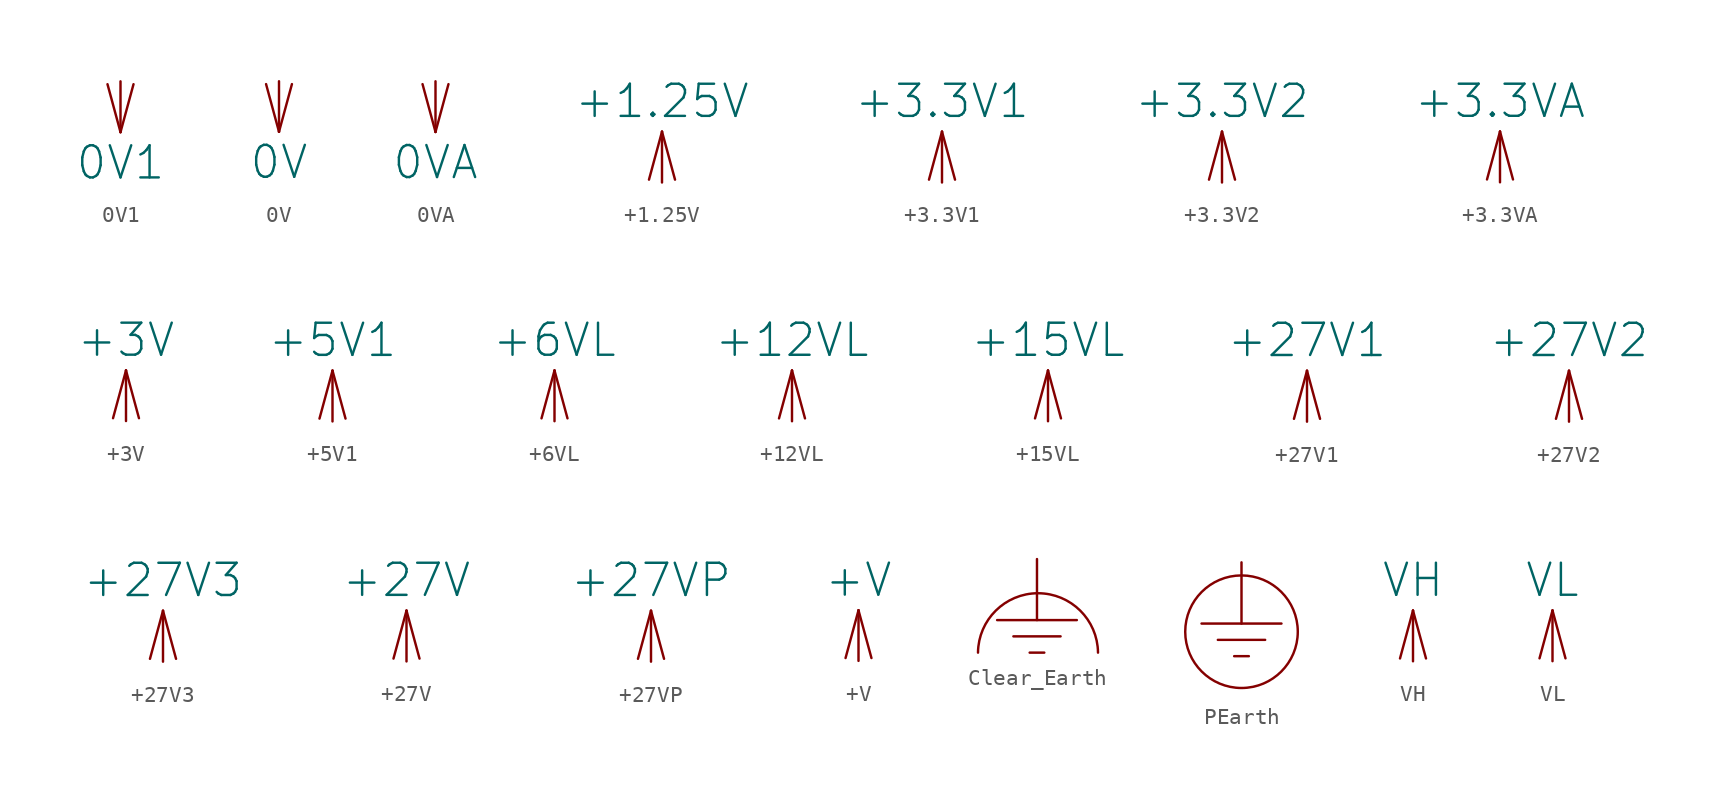
<source format=kicad_sym>
(kicad_symbol_lib
  (version 20231120)
  (generator "kicad_symbol_editor")
  (generator_version "8.0")
  (symbol "0V1"
    (power)
    (pin_numbers hide)
    (pin_names
      (offset 0) hide)
    (property "Reference" "#PWR"
      (at 0 2.54 0)
      (effects (font (size 2.007 2.007)) (hide yes)))
    (property "Value" "0V1"
      (at 0 -5.08 0)
      (effects (font (size 2.007 2.007))))
    (property "Footprint" ""
      (at 0 -3.175 90)
      (effects (font (size 2.489 2.489))))
    (symbol "0V1_0_1"
      (polyline (pts (xy -0.813 -0.178) (xy 0 -3.175)) (stroke (width 0) (type solid)) (fill (type none)))
      (polyline (pts (xy 0 -3.175) (xy 0 0)) (stroke (width 0) (type solid)) (fill (type none)))
      (polyline (pts (xy 0 -3.175) (xy 0.813 -0.178)) (stroke (width 0) (type solid)) (fill (type none))))
    (symbol "0V1_1_1"
      (pin power_in line (at 0 0 270) (length 0) hide (name "0V1" (effects (font (size 1.803 1.803)))) (number "1" (effects (font (size 1.803 1.803)))))))
  (symbol "0V"
    (power)
    (pin_numbers hide)
    (pin_names
      (offset 0) hide)
    (property "Reference" "#PWR"
      (at 0 2.54 0)
      (effects (font (size 2.007 2.007)) (hide yes)))
    (property "Value" "0V"
      (at 0 -5.08 0)
      (effects (font (size 2.007 2.007))))
    (property "Footprint" ""
      (at 0 -3.175 90)
      (effects (font (size 2.489 2.489))))
    (symbol "0V_0_1"
      (polyline (pts (xy -0.813 -0.178) (xy 0 -3.175)) (stroke (width 0) (type solid)) (fill (type none)))
      (polyline (pts (xy 0 -3.175) (xy 0 0)) (stroke (width 0) (type solid)) (fill (type none)))
      (polyline (pts (xy 0 -3.175) (xy 0.813 -0.178)) (stroke (width 0) (type solid)) (fill (type none))))
    (symbol "0V_1_1"
      (pin power_in line (at 0 0 270) (length 0) hide (name "0V" (effects (font (size 1.803 1.803)))) (number "1" (effects (font (size 1.803 1.803)))))))
  (symbol "0VA"
    (power)
    (pin_numbers hide)
    (pin_names
      (offset 0) hide)
    (property "Reference" "#PWR"
      (at 0 2.54 0)
      (effects (font (size 2.007 2.007)) (hide yes)))
    (property "Value" "0VA"
      (at 0 -5.08 0)
      (effects (font (size 2.007 2.007))))
    (property "Footprint" ""
      (at 0 -3.175 90)
      (effects (font (size 2.489 2.489))))
    (symbol "0VA_0_1"
      (polyline (pts (xy -0.813 -0.178) (xy 0 -3.175)) (stroke (width 0) (type solid)) (fill (type none)))
      (polyline (pts (xy 0 -3.175) (xy 0 0)) (stroke (width 0) (type solid)) (fill (type none)))
      (polyline (pts (xy 0 -3.175) (xy 0.813 -0.178)) (stroke (width 0) (type solid)) (fill (type none))))
    (symbol "0VA_1_1"
      (pin power_in line (at 0 0 270) (length 0) hide (name "0VA" (effects (font (size 1.803 1.803)))) (number "1" (effects (font (size 1.803 1.803)))))))
  (symbol "+1.25V"
    (power)
    (pin_numbers hide)
    (pin_names
      (offset 0) hide)
    (property "Reference" "#PWR"
      (at 0 -2.54 0)
      (effects (font (size 2.007 2.007)) (hide yes)))
    (property "Value" "+1.25V"
      (at 0 5.08 0)
      (effects (font (size 2.007 2.007))))
    (property "Footprint" ""
      (at 0 3.175 90)
      (effects (font (size 2.489 2.489))))
    (symbol "+1.25V_0_1"
      (polyline (pts (xy 0 3.175) (xy -0.813 0.178)) (stroke (width 0) (type solid)) (fill (type none)))
      (polyline (pts (xy 0 3.175) (xy 0 0)) (stroke (width 0) (type solid)) (fill (type none)))
      (polyline (pts (xy 0.813 0.178) (xy 0 3.175)) (stroke (width 0) (type solid)) (fill (type none))))
    (symbol "+1.25V_1_1"
      (pin power_in line (at 0 0 90) (length 0) hide (name "+1.25V" (effects (font (size 1.803 1.803)))) (number "1" (effects (font (size 1.803 1.803)))))))
  (symbol "+3.3V1"
    (power)
    (pin_numbers hide)
    (pin_names
      (offset 0) hide)
    (property "Reference" "#PWR"
      (at 0 -2.54 0)
      (effects (font (size 2.007 2.007)) (hide yes)))
    (property "Value" "+3.3V1"
      (at 0 5.08 0)
      (effects (font (size 2.007 2.007))))
    (property "Footprint" ""
      (at 0 3.175 90)
      (effects (font (size 2.489 2.489))))
    (symbol "+3.3V1_0_1"
      (polyline (pts (xy 0 3.175) (xy -0.813 0.178)) (stroke (width 0) (type solid)) (fill (type none)))
      (polyline (pts (xy 0 3.175) (xy 0 0)) (stroke (width 0) (type solid)) (fill (type none)))
      (polyline (pts (xy 0.813 0.178) (xy 0 3.175)) (stroke (width 0) (type solid)) (fill (type none))))
    (symbol "+3.3V1_1_1"
      (pin power_in line (at 0 0 90) (length 0) hide (name "+3.3V1" (effects (font (size 1.803 1.803)))) (number "1" (effects (font (size 1.803 1.803)))))))
  (symbol "+3.3V2"
    (power)
    (pin_numbers hide)
    (pin_names
      (offset 0) hide)
    (property "Reference" "#PWR"
      (at 0 -2.54 0)
      (effects (font (size 2.007 2.007)) (hide yes)))
    (property "Value" "+3.3V2"
      (at 0 5.08 0)
      (effects (font (size 2.007 2.007))))
    (property "Footprint" ""
      (at 0 3.175 90)
      (effects (font (size 2.489 2.489))))
    (symbol "+3.3V2_0_1"
      (polyline (pts (xy 0 3.175) (xy -0.813 0.178)) (stroke (width 0) (type solid)) (fill (type none)))
      (polyline (pts (xy 0 3.175) (xy 0 0)) (stroke (width 0) (type solid)) (fill (type none)))
      (polyline (pts (xy 0.813 0.178) (xy 0 3.175)) (stroke (width 0) (type solid)) (fill (type none))))
    (symbol "+3.3V2_1_1"
      (pin power_in line (at 0 0 90) (length 0) hide (name "+3.3V2" (effects (font (size 1.803 1.803)))) (number "1" (effects (font (size 1.803 1.803)))))))
  (symbol "+3.3VA"
    (power)
    (pin_numbers hide)
    (pin_names
      (offset 0) hide)
    (property "Reference" "#PWR"
      (at 0 -2.54 0)
      (effects (font (size 2.007 2.007)) (hide yes)))
    (property "Value" "+3.3VA"
      (at 0 5.08 0)
      (effects (font (size 2.007 2.007))))
    (property "Footprint" ""
      (at 0 3.175 90)
      (effects (font (size 2.489 2.489))))
    (symbol "+3.3VA_0_1"
      (polyline (pts (xy 0 3.175) (xy -0.813 0.178)) (stroke (width 0) (type solid)) (fill (type none)))
      (polyline (pts (xy 0 3.175) (xy 0 0)) (stroke (width 0) (type solid)) (fill (type none)))
      (polyline (pts (xy 0.813 0.178) (xy 0 3.175)) (stroke (width 0) (type solid)) (fill (type none))))
    (symbol "+3.3VA_1_1"
      (pin power_in line (at 0 0 90) (length 0) hide (name "+3.3VA" (effects (font (size 1.803 1.803)))) (number "1" (effects (font (size 1.803 1.803)))))))
  (symbol "+3V"
    (power)
    (pin_numbers hide)
    (pin_names
      (offset 0) hide)
    (property "Reference" "#PWR"
      (at 0 -2.54 0)
      (effects (font (size 2.007 2.007)) (hide yes)))
    (property "Value" "+3V"
      (at 0 5.08 0)
      (effects (font (size 2.007 2.007))))
    (property "Footprint" ""
      (at 0 3.175 90)
      (effects (font (size 2.489 2.489))))
    (symbol "+3V_0_1"
      (polyline (pts (xy 0 3.175) (xy -0.813 0.178)) (stroke (width 0) (type solid)) (fill (type none)))
      (polyline (pts (xy 0 3.175) (xy 0 0)) (stroke (width 0) (type solid)) (fill (type none)))
      (polyline (pts (xy 0.813 0.178) (xy 0 3.175)) (stroke (width 0) (type solid)) (fill (type none))))
    (symbol "+3V_1_1"
      (pin power_in line (at 0 0 90) (length 0) hide (name "+3V" (effects (font (size 1.803 1.803)))) (number "1" (effects (font (size 1.803 1.803)))))))
  (symbol "+5V1"
    (power)
    (pin_numbers hide)
    (pin_names
      (offset 0) hide)
    (property "Reference" "#PWR"
      (at 0 -2.54 0)
      (effects (font (size 2.007 2.007)) (hide yes)))
    (property "Value" "+5V1"
      (at 0 5.08 0)
      (effects (font (size 2.007 2.007))))
    (property "Footprint" ""
      (at 0 3.175 90)
      (effects (font (size 2.489 2.489))))
    (symbol "+5V1_0_1"
      (polyline (pts (xy 0 3.175) (xy -0.813 0.178)) (stroke (width 0) (type solid)) (fill (type none)))
      (polyline (pts (xy 0 3.175) (xy 0 0)) (stroke (width 0) (type solid)) (fill (type none)))
      (polyline (pts (xy 0.813 0.178) (xy 0 3.175)) (stroke (width 0) (type solid)) (fill (type none))))
    (symbol "+5V1_1_1"
      (pin power_in line (at 0 0 90) (length 0) hide (name "+5V1" (effects (font (size 1.803 1.803)))) (number "1" (effects (font (size 1.803 1.803)))))))
  (symbol "+6VL"
    (power)
    (pin_numbers hide)
    (pin_names
      (offset 0) hide)
    (property "Reference" "#PWR"
      (at 0 -2.54 0)
      (effects (font (size 2.007 2.007)) (hide yes)))
    (property "Value" "+6VL"
      (at 0 5.08 0)
      (effects (font (size 2.007 2.007))))
    (property "Footprint" ""
      (at 0 3.175 90)
      (effects (font (size 2.489 2.489))))
    (symbol "+6VL_0_1"
      (polyline (pts (xy 0 3.175) (xy -0.813 0.178)) (stroke (width 0) (type solid)) (fill (type none)))
      (polyline (pts (xy 0 3.175) (xy 0 0)) (stroke (width 0) (type solid)) (fill (type none)))
      (polyline (pts (xy 0.813 0.178) (xy 0 3.175)) (stroke (width 0) (type solid)) (fill (type none))))
    (symbol "+6VL_1_1"
      (pin power_in line (at 0 0 90) (length 0) hide (name "+6VL" (effects (font (size 1.803 1.803)))) (number "1" (effects (font (size 1.803 1.803)))))))
  (symbol "+12VL"
    (power)
    (pin_numbers hide)
    (pin_names
      (offset 0) hide)
    (property "Reference" "#PWR"
      (at 0 -2.54 0)
      (effects (font (size 2.007 2.007)) (hide yes)))
    (property "Value" "+12VL"
      (at 0 5.08 0)
      (effects (font (size 2.007 2.007))))
    (property "Footprint" ""
      (at 0 3.175 90)
      (effects (font (size 2.489 2.489))))
    (symbol "+12VL_0_1"
      (polyline (pts (xy 0 3.175) (xy -0.813 0.178)) (stroke (width 0) (type solid)) (fill (type none)))
      (polyline (pts (xy 0 3.175) (xy 0 0)) (stroke (width 0) (type solid)) (fill (type none)))
      (polyline (pts (xy 0.813 0.178) (xy 0 3.175)) (stroke (width 0) (type solid)) (fill (type none))))
    (symbol "+12VL_1_1"
      (pin power_in line (at 0 0 90) (length 0) hide (name "+12VL" (effects (font (size 1.803 1.803)))) (number "1" (effects (font (size 1.803 1.803)))))))
  (symbol "+15VL"
    (power)
    (pin_numbers hide)
    (pin_names
      (offset 0) hide)
    (property "Reference" "#PWR"
      (at 0 -2.54 0)
      (effects (font (size 2.007 2.007)) (hide yes)))
    (property "Value" "+15VL"
      (at 0 5.08 0)
      (effects (font (size 2.007 2.007))))
    (property "Footprint" ""
      (at 0 3.175 90)
      (effects (font (size 2.489 2.489))))
    (symbol "+15VL_0_1"
      (polyline (pts (xy 0 3.175) (xy -0.813 0.178)) (stroke (width 0) (type solid)) (fill (type none)))
      (polyline (pts (xy 0 3.175) (xy 0 0)) (stroke (width 0) (type solid)) (fill (type none)))
      (polyline (pts (xy 0.813 0.178) (xy 0 3.175)) (stroke (width 0) (type solid)) (fill (type none))))
    (symbol "+15VL_1_1"
      (pin power_in line (at 0 0 90) (length 0) hide (name "+15VL" (effects (font (size 1.803 1.803)))) (number "1" (effects (font (size 1.803 1.803)))))))
  (symbol "+27V1"
    (power)
    (pin_numbers hide)
    (pin_names
      (offset 0) hide)
    (property "Reference" "#PWR"
      (at 0 -2.54 0)
      (effects (font (size 2.007 2.007)) (hide yes)))
    (property "Value" "+27V1"
      (at 0 5.08 0)
      (effects (font (size 2.007 2.007))))
    (property "Footprint" ""
      (at 0 3.175 90)
      (effects (font (size 2.489 2.489))))
    (symbol "+27V1_0_1"
      (polyline (pts (xy 0 3.175) (xy -0.813 0.178)) (stroke (width 0) (type solid)) (fill (type none)))
      (polyline (pts (xy 0 3.175) (xy 0 0)) (stroke (width 0) (type solid)) (fill (type none)))
      (polyline (pts (xy 0.813 0.178) (xy 0 3.175)) (stroke (width 0) (type solid)) (fill (type none))))
    (symbol "+27V1_1_1"
      (pin power_in line (at 0 0 90) (length 0) hide (name "+27V1" (effects (font (size 1.803 1.803)))) (number "1" (effects (font (size 1.803 1.803)))))))
  (symbol "+27V2"
    (power)
    (pin_numbers hide)
    (pin_names
      (offset 0) hide)
    (property "Reference" "#PWR"
      (at 0 -2.54 0)
      (effects (font (size 2.007 2.007)) (hide yes)))
    (property "Value" "+27V2"
      (at 0 5.08 0)
      (effects (font (size 2.007 2.007))))
    (property "Footprint" ""
      (at 0 3.175 90)
      (effects (font (size 2.489 2.489))))
    (symbol "+27V2_0_1"
      (polyline (pts (xy 0 3.175) (xy -0.813 0.178)) (stroke (width 0) (type solid)) (fill (type none)))
      (polyline (pts (xy 0 3.175) (xy 0 0)) (stroke (width 0) (type solid)) (fill (type none)))
      (polyline (pts (xy 0.813 0.178) (xy 0 3.175)) (stroke (width 0) (type solid)) (fill (type none))))
    (symbol "+27V2_1_1"
      (pin power_in line (at 0 0 90) (length 0) hide (name "+27V2" (effects (font (size 1.803 1.803)))) (number "1" (effects (font (size 1.803 1.803)))))))
  (symbol "+27V3"
    (power)
    (pin_numbers hide)
    (pin_names
      (offset 0) hide)
    (property "Reference" "#PWR"
      (at 0 -2.54 0)
      (effects (font (size 2.007 2.007)) (hide yes)))
    (property "Value" "+27V3"
      (at 0 5.08 0)
      (effects (font (size 2.007 2.007))))
    (property "Footprint" ""
      (at 0 3.175 90)
      (effects (font (size 2.489 2.489))))
    (symbol "+27V3_0_1"
      (polyline (pts (xy 0 3.175) (xy -0.813 0.178)) (stroke (width 0) (type solid)) (fill (type none)))
      (polyline (pts (xy 0 3.175) (xy 0 0)) (stroke (width 0) (type solid)) (fill (type none)))
      (polyline (pts (xy 0.813 0.178) (xy 0 3.175)) (stroke (width 0) (type solid)) (fill (type none))))
    (symbol "+27V3_1_1"
      (pin power_in line (at 0 0 90) (length 0) hide (name "+27V3" (effects (font (size 1.803 1.803)))) (number "1" (effects (font (size 1.803 1.803)))))))
  (symbol "+27V"
    (power)
    (pin_numbers hide)
    (pin_names
      (offset 0) hide)
    (property "Reference" "#PWR"
      (at 0 -2.54 0)
      (effects (font (size 2.007 2.007)) (hide yes)))
    (property "Value" "+27V"
      (at 0 5.08 0)
      (effects (font (size 2.007 2.007))))
    (property "Footprint" ""
      (at 0 3.175 90)
      (effects (font (size 2.489 2.489))))
    (symbol "+27V_0_1"
      (polyline (pts (xy 0 3.175) (xy -0.813 0.178)) (stroke (width 0) (type solid)) (fill (type none)))
      (polyline (pts (xy 0 3.175) (xy 0 0)) (stroke (width 0) (type solid)) (fill (type none)))
      (polyline (pts (xy 0.813 0.178) (xy 0 3.175)) (stroke (width 0) (type solid)) (fill (type none))))
    (symbol "+27V_1_1"
      (pin power_in line (at 0 0 90) (length 0) hide (name "+27V" (effects (font (size 1.803 1.803)))) (number "1" (effects (font (size 1.803 1.803)))))))
  (symbol "+27VP"
    (power)
    (pin_numbers hide)
    (pin_names
      (offset 0) hide)
    (property "Reference" "#PWR"
      (at 0 -2.54 0)
      (effects (font (size 2.007 2.007)) (hide yes)))
    (property "Value" "+27VP"
      (at 0 5.08 0)
      (effects (font (size 2.007 2.007))))
    (property "Footprint" ""
      (at 0 3.175 90)
      (effects (font (size 2.489 2.489))))
    (symbol "+27VP_0_1"
      (polyline (pts (xy 0 3.175) (xy -0.813 0.178)) (stroke (width 0) (type solid)) (fill (type none)))
      (polyline (pts (xy 0 3.175) (xy 0 0)) (stroke (width 0) (type solid)) (fill (type none)))
      (polyline (pts (xy 0.813 0.178) (xy 0 3.175)) (stroke (width 0) (type solid)) (fill (type none))))
    (symbol "+27VP_1_1"
      (pin power_in line (at 0 0 90) (length 0) hide (name "+27VP" (effects (font (size 1.803 1.803)))) (number "1" (effects (font (size 1.803 1.803)))))))
  (symbol "+V"
    (power)
    (pin_numbers hide)
    (pin_names
      (offset 0) hide)
    (property "Reference" "#PWR"
      (at 0 -2.54 0)
      (effects (font (size 2.007 2.007)) (hide yes)))
    (property "Value" "+V"
      (at 0 5.08 0)
      (effects (font (size 2.007 2.007))))
    (property "Footprint" ""
      (at 0 3.175 90)
      (effects (font (size 2.489 2.489))))
    (symbol "+V_0_1"
      (polyline (pts (xy 0 3.175) (xy -0.813 0.178)) (stroke (width 0) (type solid)) (fill (type none)))
      (polyline (pts (xy 0 3.175) (xy 0 0)) (stroke (width 0) (type solid)) (fill (type none)))
      (polyline (pts (xy 0.813 0.178) (xy 0 3.175)) (stroke (width 0) (type solid)) (fill (type none))))
    (symbol "+V_1_1"
      (pin power_in line (at 0 0 90) (length 0) hide (name "+V" (effects (font (size 1.803 1.803)))) (number "1" (effects (font (size 1.803 1.803)))))))
  (symbol "Clear_Earth"
    (power)
    (pin_numbers hide)
    (pin_names
      (offset 0) hide)
    (property "Reference" "#PWR"
      (at 0 1.27 0)
      (effects (font (size 1.524 1.524)) (hide yes)))
    (property "Footprint" ""
      (at 0 0 0)
      (effects (font (size 1.524 1.524))))
    (symbol "Clear_Earth_0_1"
      (polyline (pts (xy -2.489 -3.81) (xy 2.489 -3.81)) (stroke (width 0) (type solid)) (fill (type none)))
      (polyline (pts (xy -1.473 -4.826) (xy 1.473 -4.826)) (stroke (width 0) (type solid)) (fill (type none)))
      (polyline (pts (xy -0.457 -5.842) (xy 0.457 -5.842)) (stroke (width 0) (type solid)) (fill (type none)))
      (polyline (pts (xy 0 0) (xy 0 -3.81)) (stroke (width 0) (type solid)) (fill (type none)))
      (arc (start 3.81 -5.842) (mid 0.051 -2.1333) (end -3.683 -5.842) (stroke (width 0) (type solid)) (fill (type none))))
    (symbol "Clear_Earth_1_1"
      (pin passive line (at 0 0 270) (length 0) hide (name "Earth" (effects (font (size 1.27 1.27)))) (number "1" (effects (font (size 1.27 1.27)))))))
  (symbol "PEarth"
    (power)
    (pin_numbers hide)
    (pin_names
      (offset 0) hide)
    (property "Reference" "#PWR"
      (at 0 1.27 0)
      (effects (font (size 1.524 1.524)) (hide yes)))
    (property "Footprint" ""
      (at 0 0 0)
      (effects (font (size 1.524 1.524))))
    (symbol "PEarth_0_1"
      (circle (center 0 -4.318) (radius 3.505) (stroke (width 0) (type solid)) (fill (type none)))
      (polyline (pts (xy -2.489 -3.81) (xy 2.489 -3.81)) (stroke (width 0) (type solid)) (fill (type none)))
      (polyline (pts (xy -1.473 -4.826) (xy 1.473 -4.826)) (stroke (width 0) (type solid)) (fill (type none)))
      (polyline (pts (xy -0.457 -5.842) (xy 0.457 -5.842)) (stroke (width 0) (type solid)) (fill (type none)))
      (polyline (pts (xy 0 0) (xy 0 -3.81)) (stroke (width 0) (type solid)) (fill (type none))))
    (symbol "PEarth_1_1"
      (pin passive line (at 0 0 270) (length 0) hide (name "Earth" (effects (font (size 1.27 1.27)))) (number "1" (effects (font (size 1.27 1.27)))))))
  (symbol "VH"
    (power)
    (pin_numbers hide)
    (pin_names
      (offset 0) hide)
    (property "Reference" "#PWR"
      (at 0 -2.54 0)
      (effects (font (size 2.007 2.007)) (hide yes)))
    (property "Value" "VH"
      (at 0 5.08 0)
      (effects (font (size 2.007 2.007))))
    (property "Footprint" ""
      (at 0 3.175 90)
      (effects (font (size 2.489 2.489))))
    (symbol "VH_0_1"
      (polyline (pts (xy 0 3.175) (xy -0.813 0.178)) (stroke (width 0) (type solid)) (fill (type none)))
      (polyline (pts (xy 0 3.175) (xy 0 0)) (stroke (width 0) (type solid)) (fill (type none)))
      (polyline (pts (xy 0.813 0.178) (xy 0 3.175)) (stroke (width 0) (type solid)) (fill (type none))))
    (symbol "VH_1_1"
      (pin power_in line (at 0 0 90) (length 0) hide (name "VH" (effects (font (size 1.803 1.803)))) (number "1" (effects (font (size 1.803 1.803)))))))
  (symbol "VL"
    (power)
    (pin_numbers hide)
    (pin_names
      (offset 0) hide)
    (property "Reference" "#PWR"
      (at 0 -2.54 0)
      (effects (font (size 2.007 2.007)) (hide yes)))
    (property "Value" "VL"
      (at 0 5.08 0)
      (effects (font (size 2.007 2.007))))
    (property "Footprint" ""
      (at 0 3.175 90)
      (effects (font (size 2.489 2.489))))
    (symbol "VL_0_1"
      (polyline (pts (xy 0 3.175) (xy -0.813 0.178)) (stroke (width 0) (type solid)) (fill (type none)))
      (polyline (pts (xy 0 3.175) (xy 0 0)) (stroke (width 0) (type solid)) (fill (type none)))
      (polyline (pts (xy 0.813 0.178) (xy 0 3.175)) (stroke (width 0) (type solid)) (fill (type none))))
    (symbol "VL_1_1"
      (pin power_in line (at 0 0 90) (length 0) hide (name "VL" (effects (font (size 1.803 1.803)))) (number "1" (effects (font (size 1.803 1.803))))))))
</source>
